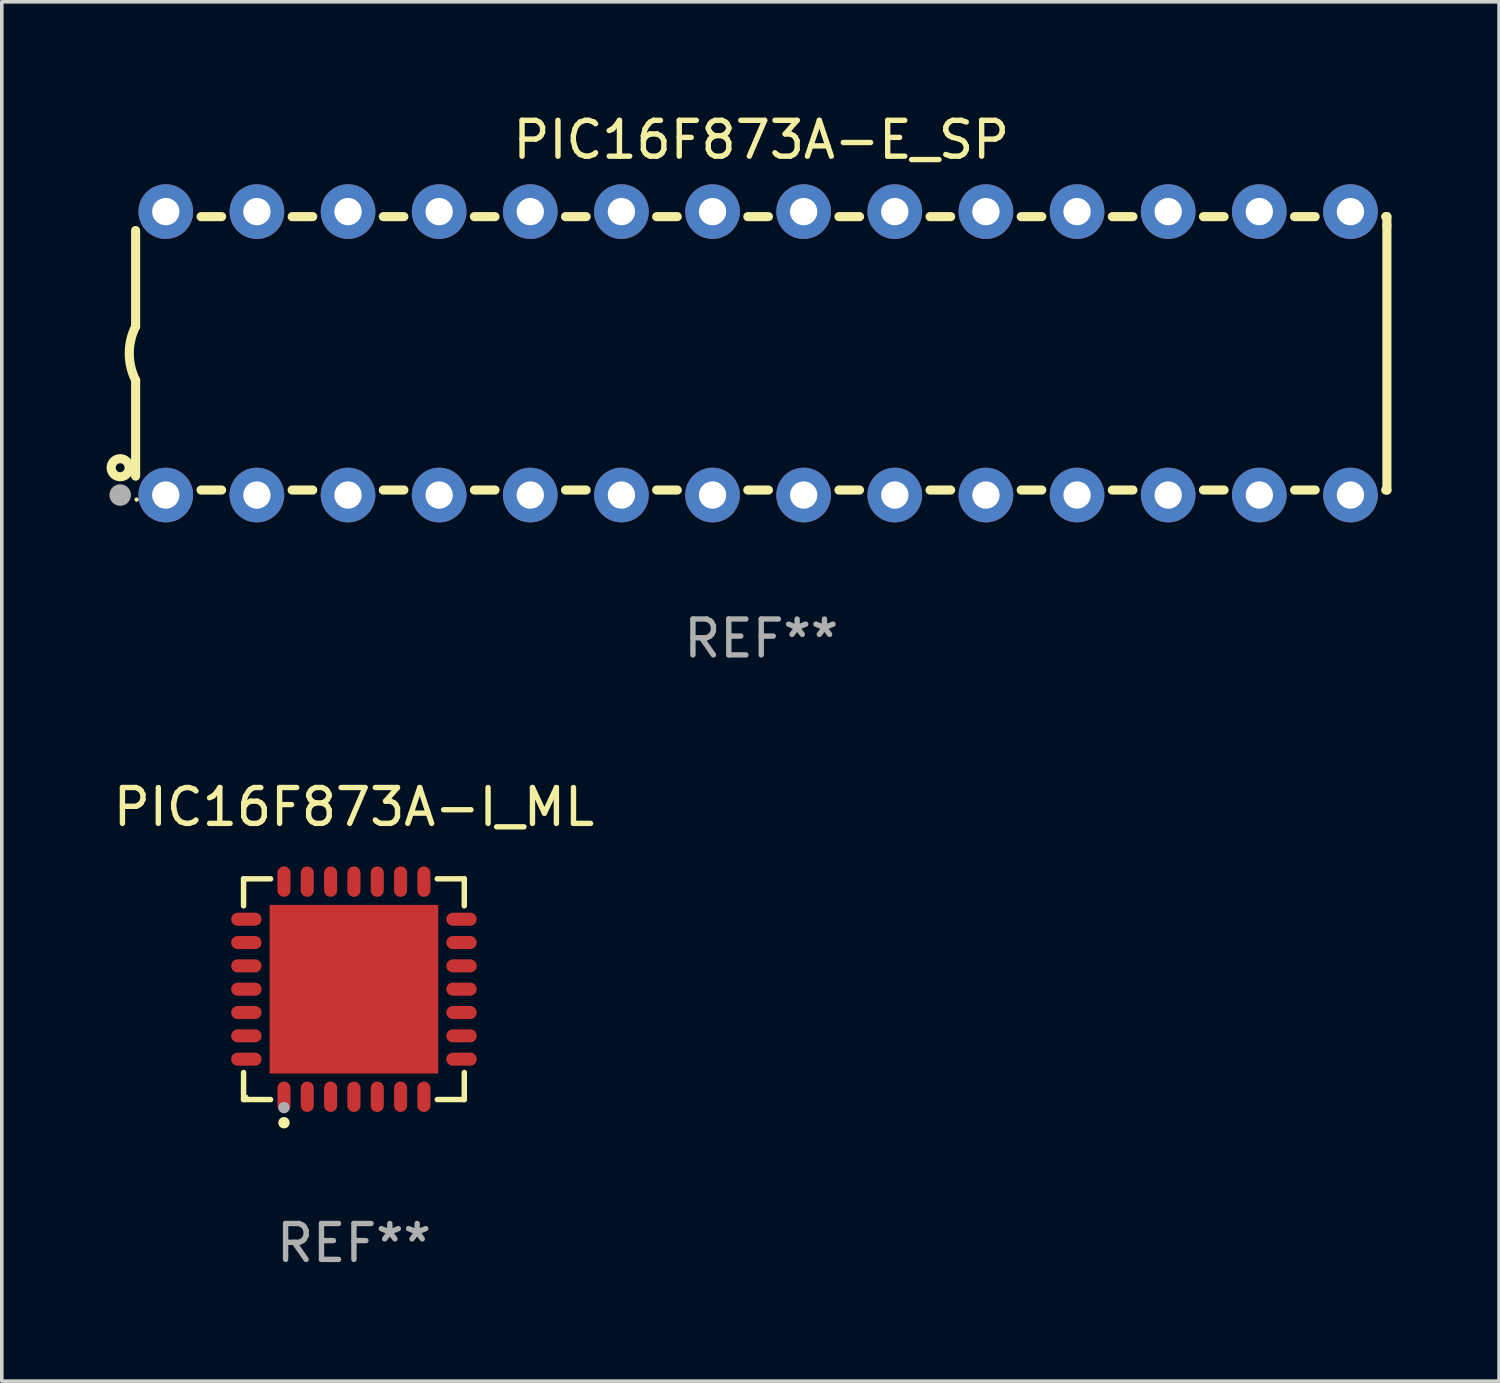
<source format=kicad_pcb>
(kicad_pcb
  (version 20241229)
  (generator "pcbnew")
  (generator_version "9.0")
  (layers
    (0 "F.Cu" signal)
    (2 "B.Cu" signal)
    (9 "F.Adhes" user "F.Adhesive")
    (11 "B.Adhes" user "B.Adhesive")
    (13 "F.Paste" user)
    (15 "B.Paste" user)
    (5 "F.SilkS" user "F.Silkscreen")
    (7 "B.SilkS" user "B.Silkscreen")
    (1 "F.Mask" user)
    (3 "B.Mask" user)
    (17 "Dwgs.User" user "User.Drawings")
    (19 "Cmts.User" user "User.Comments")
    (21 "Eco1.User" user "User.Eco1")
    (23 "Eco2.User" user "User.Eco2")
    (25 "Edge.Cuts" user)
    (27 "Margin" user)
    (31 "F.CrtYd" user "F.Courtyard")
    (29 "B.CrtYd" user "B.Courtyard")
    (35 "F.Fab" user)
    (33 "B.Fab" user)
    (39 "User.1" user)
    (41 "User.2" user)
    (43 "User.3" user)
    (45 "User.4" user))
  (footprint "PIC16F873A-E_SP"
    (layer "F.Cu")
    (at 18.168 6.798)
    (property "Reference" "PIC16F873A-E_SP" (at 0 -5.95 0) (layer "F.SilkS") (effects (font (size 1 1) (thickness 0.15))))
    (attr through_hole)
    (fp_line (start -17.438 0.75) (end -17.438 3.423) (stroke (width 0.254) (type solid)) (layer "F.SilkS"))
    (fp_line (start -17.438 -3.423) (end -17.438 -0.75) (stroke (width 0.254) (type solid)) (layer "F.SilkS"))
    (fp_line (start -15.615 3.81) (end -15.041 3.81) (stroke (width 0.254) (type solid)) (layer "F.SilkS"))
    (fp_line (start -15.041 -3.81) (end -15.614 -3.81) (stroke (width 0.254) (type solid)) (layer "F.SilkS"))
    (fp_line (start -13.075 3.81) (end -12.501 3.81) (stroke (width 0.254) (type solid)) (layer "F.SilkS"))
    (fp_line (start -12.501 -3.81) (end -13.074 -3.81) (stroke (width 0.254) (type solid)) (layer "F.SilkS"))
    (fp_line (start -10.535 3.81) (end -9.961 3.81) (stroke (width 0.254) (type solid)) (layer "F.SilkS"))
    (fp_line (start -9.961 -3.81) (end -10.534 -3.81) (stroke (width 0.254) (type solid)) (layer "F.SilkS"))
    (fp_line (start -7.995 3.81) (end -7.421 3.81) (stroke (width 0.254) (type solid)) (layer "F.SilkS"))
    (fp_line (start -7.421 -3.81) (end -7.995 -3.81) (stroke (width 0.254) (type solid)) (layer "F.SilkS"))
    (fp_line (start -5.455 3.81) (end -4.881 3.81) (stroke (width 0.254) (type solid)) (layer "F.SilkS"))
    (fp_line (start -4.881 -3.81) (end -5.455 -3.81) (stroke (width 0.254) (type solid)) (layer "F.SilkS"))
    (fp_line (start -2.915 3.81) (end -2.341 3.81) (stroke (width 0.254) (type solid)) (layer "F.SilkS"))
    (fp_line (start -2.341 -3.81) (end -2.915 -3.81) (stroke (width 0.254) (type solid)) (layer "F.SilkS"))
    (fp_line (start -0.375 3.81) (end 0.199 3.81) (stroke (width 0.254) (type solid)) (layer "F.SilkS"))
    (fp_line (start 0.199 -3.81) (end -0.375 -3.81) (stroke (width 0.254) (type solid)) (layer "F.SilkS"))
    (fp_line (start 2.165 3.81) (end 2.739 3.81) (stroke (width 0.254) (type solid)) (layer "F.SilkS"))
    (fp_line (start 2.739 -3.81) (end 2.165 -3.81) (stroke (width 0.254) (type solid)) (layer "F.SilkS"))
    (fp_line (start 4.705 3.81) (end 5.279 3.81) (stroke (width 0.254) (type solid)) (layer "F.SilkS"))
    (fp_line (start 5.279 -3.81) (end 4.705 -3.81) (stroke (width 0.254) (type solid)) (layer "F.SilkS"))
    (fp_line (start 7.245 3.81) (end 7.819 3.81) (stroke (width 0.254) (type solid)) (layer "F.SilkS"))
    (fp_line (start 7.819 -3.81) (end 7.245 -3.81) (stroke (width 0.254) (type solid)) (layer "F.SilkS"))
    (fp_line (start 9.785 3.81) (end 10.359 3.81) (stroke (width 0.254) (type solid)) (layer "F.SilkS"))
    (fp_line (start 10.359 -3.81) (end 9.785 -3.81) (stroke (width 0.254) (type solid)) (layer "F.SilkS"))
    (fp_line (start 12.325 3.81) (end 12.899 3.81) (stroke (width 0.254) (type solid)) (layer "F.SilkS"))
    (fp_line (start 12.899 -3.81) (end 12.325 -3.81) (stroke (width 0.254) (type solid)) (layer "F.SilkS"))
    (fp_line (start 14.865 3.81) (end 15.439 3.81) (stroke (width 0.254) (type solid)) (layer "F.SilkS"))
    (fp_line (start 15.439 -3.81) (end 14.865 -3.81) (stroke (width 0.254) (type solid)) (layer "F.SilkS"))
    (fp_line (start 17.405 3.81) (end 17.438 3.81) (stroke (width 0.254) (type solid)) (layer "F.SilkS"))
    (fp_line (start 17.438 -3.81) (end 17.405 -3.81) (stroke (width 0.254) (type solid)) (layer "F.SilkS"))
    (fp_line (start 17.438 -3.556) (end 17.438 -3.81) (stroke (width 0.254) (type solid)) (layer "F.SilkS"))
    (fp_line (start 17.438 3.81) (end 17.438 -3.556) (stroke (width 0.254) (type solid)) (layer "F.SilkS"))
    (fp_arc (start -17.437986 0.749657) (mid -17.614887 -0.000024) (end -17.437783 -0.749657) (stroke (width 0.254001) (type solid)) (layer "F.SilkS"))
    (fp_circle (center -17.868 3.188) (end -17.743 3.188) (stroke (width 0.254) (type solid)) (fill no) (layer "F.SilkS"))
    (fp_circle (center -17.411 4.077) (end -17.381 4.077) (stroke (width 0.06) (type solid)) (fill no) (layer "F.SilkS"))
    (fp_circle (center -17.868 3.95) (end -17.718 3.95) (stroke (width 0.3) (type solid)) (fill no) (layer "F.Fab"))
    (fp_text user "REF**" (at 0 7.95 0) (layer "F.Fab") (effects (font (size 1 1) (thickness 0.15))))
    (pad "1" thru_hole circle (at -16.598 3.95) (size 1.524 1.524) (drill 0.762) (layers "*.Cu" "*.Mask"))
    (pad "2" thru_hole circle (at -14.058 3.95) (size 1.524 1.524) (drill 0.762) (layers "*.Cu" "*.Mask"))
    (pad "3" thru_hole circle (at -11.518 3.95) (size 1.524 1.524) (drill 0.762) (layers "*.Cu" "*.Mask"))
    (pad "4" thru_hole circle (at -8.978 3.95) (size 1.524 1.524) (drill 0.762) (layers "*.Cu" "*.Mask"))
    (pad "5" thru_hole circle (at -6.438 3.95) (size 1.524 1.524) (drill 0.762) (layers "*.Cu" "*.Mask"))
    (pad "6" thru_hole circle (at -3.898 3.95) (size 1.524 1.524) (drill 0.762) (layers "*.Cu" "*.Mask"))
    (pad "7" thru_hole circle (at -1.358 3.95) (size 1.524 1.524) (drill 0.762) (layers "*.Cu" "*.Mask"))
    (pad "8" thru_hole circle (at 1.182 3.95) (size 1.524 1.524) (drill 0.762) (layers "*.Cu" "*.Mask"))
    (pad "9" thru_hole circle (at 3.722 3.95) (size 1.524 1.524) (drill 0.762) (layers "*.Cu" "*.Mask"))
    (pad "10" thru_hole circle (at 6.262 3.95) (size 1.524 1.524) (drill 0.762) (layers "*.Cu" "*.Mask"))
    (pad "11" thru_hole circle (at 8.802 3.95) (size 1.524 1.524) (drill 0.762) (layers "*.Cu" "*.Mask"))
    (pad "12" thru_hole circle (at 11.342 3.95) (size 1.524 1.524) (drill 0.762) (layers "*.Cu" "*.Mask"))
    (pad "13" thru_hole circle (at 13.882 3.95) (size 1.524 1.524) (drill 0.762) (layers "*.Cu" "*.Mask"))
    (pad "14" thru_hole circle (at 16.422 3.95) (size 1.524 1.524) (drill 0.762) (layers "*.Cu" "*.Mask"))
    (pad "15" thru_hole circle (at 16.422 -3.95) (size 1.524 1.524) (drill 0.762) (layers "*.Cu" "*.Mask"))
    (pad "16" thru_hole circle (at 13.882 -3.95) (size 1.524 1.524) (drill 0.762) (layers "*.Cu" "*.Mask"))
    (pad "17" thru_hole circle (at 11.342 -3.95) (size 1.524 1.524) (drill 0.762) (layers "*.Cu" "*.Mask"))
    (pad "18" thru_hole circle (at 8.802 -3.95) (size 1.524 1.524) (drill 0.762) (layers "*.Cu" "*.Mask"))
    (pad "19" thru_hole circle (at 6.262 -3.95) (size 1.524 1.524) (drill 0.762) (layers "*.Cu" "*.Mask"))
    (pad "20" thru_hole circle (at 3.722 -3.95) (size 1.524 1.524) (drill 0.762) (layers "*.Cu" "*.Mask"))
    (pad "21" thru_hole circle (at 1.182 -3.95) (size 1.524 1.524) (drill 0.762) (layers "*.Cu" "*.Mask"))
    (pad "22" thru_hole circle (at -1.358 -3.95) (size 1.524 1.524) (drill 0.762) (layers "*.Cu" "*.Mask"))
    (pad "23" thru_hole circle (at -3.898 -3.95) (size 1.524 1.524) (drill 0.762) (layers "*.Cu" "*.Mask"))
    (pad "24" thru_hole circle (at -6.438 -3.95) (size 1.524 1.524) (drill 0.762) (layers "*.Cu" "*.Mask"))
    (pad "25" thru_hole circle (at -8.978 -3.95) (size 1.524 1.524) (drill 0.762) (layers "*.Cu" "*.Mask"))
    (pad "26" thru_hole circle (at -11.517 -3.95) (size 1.524 1.524) (drill 0.762) (layers "*.Cu" "*.Mask"))
    (pad "27" thru_hole circle (at -14.057 -3.95) (size 1.524 1.524) (drill 0.762) (layers "*.Cu" "*.Mask"))
    (pad "28" thru_hole circle (at -16.597 -3.95) (size 1.524 1.524) (drill 0.762) (layers "*.Cu" "*.Mask")))
  (footprint "PIC16F873A-I_ML"
    (layer "F.Cu")
    (at 6.815 24.521)
    (property "Reference" "PIC16F873A-I_ML" (at 0 -5.076 0) (layer "F.SilkS") (effects (font (size 1 1) (thickness 0.15))))
    (attr through_hole)
    (fp_line (start -3.076 -3.076) (end -2.323 -3.076) (stroke (width 0.152) (type solid)) (layer "F.SilkS"))
    (fp_line (start -3.076 -2.323) (end -3.076 -3.076) (stroke (width 0.152) (type solid)) (layer "F.SilkS"))
    (fp_line (start -3.076 2.323) (end -3.076 3.076) (stroke (width 0.152) (type solid)) (layer "F.SilkS"))
    (fp_line (start -3.076 3.076) (end -2.323 3.076) (stroke (width 0.152) (type solid)) (layer "F.SilkS"))
    (fp_line (start 3.076 -3.076) (end 2.323 -3.076) (stroke (width 0.152) (type solid)) (layer "F.SilkS"))
    (fp_line (start 3.076 -2.323) (end 3.076 -3.076) (stroke (width 0.152) (type solid)) (layer "F.SilkS"))
    (fp_line (start 3.076 2.323) (end 3.076 3.076) (stroke (width 0.152) (type solid)) (layer "F.SilkS"))
    (fp_line (start 3.076 3.076) (end 2.323 3.076) (stroke (width 0.152) (type solid)) (layer "F.SilkS"))
    (fp_circle (center -3 3) (end -2.97 3) (stroke (width 0.06) (type solid)) (fill no) (layer "F.SilkS"))
    (fp_circle (center -1.95 3.722) (end -1.87 3.722) (stroke (width 0.16) (type solid)) (fill no) (layer "F.SilkS"))
    (fp_circle (center -1.95 3.3) (end -1.87 3.3) (stroke (width 0.16) (type solid)) (fill no) (layer "F.Fab"))
    (fp_text user "REF**" (at 0 7.076 0) (layer "F.Fab") (effects (font (size 1 1) (thickness 0.15))))
    (pad "1" smd oval (at -1.95 2.998) (size 0.364 0.847) (layers "F.Cu" "F.Mask" "F.Paste"))
    (pad "2" smd oval (at -1.3 2.998) (size 0.364 0.847) (layers "F.Cu" "F.Mask" "F.Paste"))
    (pad "3" smd oval (at -0.65 2.998) (size 0.364 0.847) (layers "F.Cu" "F.Mask" "F.Paste"))
    (pad "4" smd oval (at 0 2.998) (size 0.364 0.847) (layers "F.Cu" "F.Mask" "F.Paste"))
    (pad "5" smd oval (at 0.65 2.998) (size 0.364 0.847) (layers "F.Cu" "F.Mask" "F.Paste"))
    (pad "6" smd oval (at 1.3 2.998) (size 0.364 0.847) (layers "F.Cu" "F.Mask" "F.Paste"))
    (pad "7" smd oval (at 1.95 2.998) (size 0.364 0.847) (layers "F.Cu" "F.Mask" "F.Paste"))
    (pad "8" smd oval (at 2.998 1.95) (size 0.847 0.364) (layers "F.Cu" "F.Mask" "F.Paste"))
    (pad "9" smd oval (at 2.998 1.3) (size 0.847 0.364) (layers "F.Cu" "F.Mask" "F.Paste"))
    (pad "10" smd oval (at 2.998 0.65) (size 0.847 0.364) (layers "F.Cu" "F.Mask" "F.Paste"))
    (pad "11" smd oval (at 2.998 0) (size 0.847 0.364) (layers "F.Cu" "F.Mask" "F.Paste"))
    (pad "12" smd oval (at 2.998 -0.65) (size 0.847 0.364) (layers "F.Cu" "F.Mask" "F.Paste"))
    (pad "13" smd oval (at 2.998 -1.3) (size 0.847 0.364) (layers "F.Cu" "F.Mask" "F.Paste"))
    (pad "14" smd oval (at 2.998 -1.95) (size 0.847 0.364) (layers "F.Cu" "F.Mask" "F.Paste"))
    (pad "15" smd oval (at 1.95 -2.998) (size 0.364 0.847) (layers "F.Cu" "F.Mask" "F.Paste"))
    (pad "16" smd oval (at 1.3 -2.998) (size 0.364 0.847) (layers "F.Cu" "F.Mask" "F.Paste"))
    (pad "17" smd oval (at 0.65 -2.998) (size 0.364 0.847) (layers "F.Cu" "F.Mask" "F.Paste"))
    (pad "18" smd oval (at 0 -2.998) (size 0.364 0.847) (layers "F.Cu" "F.Mask" "F.Paste"))
    (pad "19" smd oval (at -0.65 -2.998) (size 0.364 0.847) (layers "F.Cu" "F.Mask" "F.Paste"))
    (pad "20" smd oval (at -1.3 -2.998) (size 0.364 0.847) (layers "F.Cu" "F.Mask" "F.Paste"))
    (pad "21" smd oval (at -1.95 -2.998) (size 0.364 0.847) (layers "F.Cu" "F.Mask" "F.Paste"))
    (pad "22" smd oval (at -2.998 -1.95) (size 0.847 0.364) (layers "F.Cu" "F.Mask" "F.Paste"))
    (pad "23" smd oval (at -2.998 -1.3) (size 0.847 0.364) (layers "F.Cu" "F.Mask" "F.Paste"))
    (pad "24" smd oval (at -2.998 -0.65) (size 0.847 0.364) (layers "F.Cu" "F.Mask" "F.Paste"))
    (pad "25" smd oval (at -2.998 0) (size 0.847 0.364) (layers "F.Cu" "F.Mask" "F.Paste"))
    (pad "26" smd oval (at -2.998 0.65) (size 0.847 0.364) (layers "F.Cu" "F.Mask" "F.Paste"))
    (pad "27" smd oval (at -2.998 1.3) (size 0.847 0.364) (layers "F.Cu" "F.Mask" "F.Paste"))
    (pad "28" smd oval (at -2.998 1.95) (size 0.847 0.364) (layers "F.Cu" "F.Mask" "F.Paste"))
    (pad "29" smd rect (at 0 0) (size 4.7 4.7) (layers "F.Cu" "F.Mask" "F.Paste")))
  (gr_rect
    (start -3 -3)
    (end 38.733 35.445)
    (stroke (width 0.1) (type default))
    (fill no)
    (layer "Edge.Cuts")))
</source>
